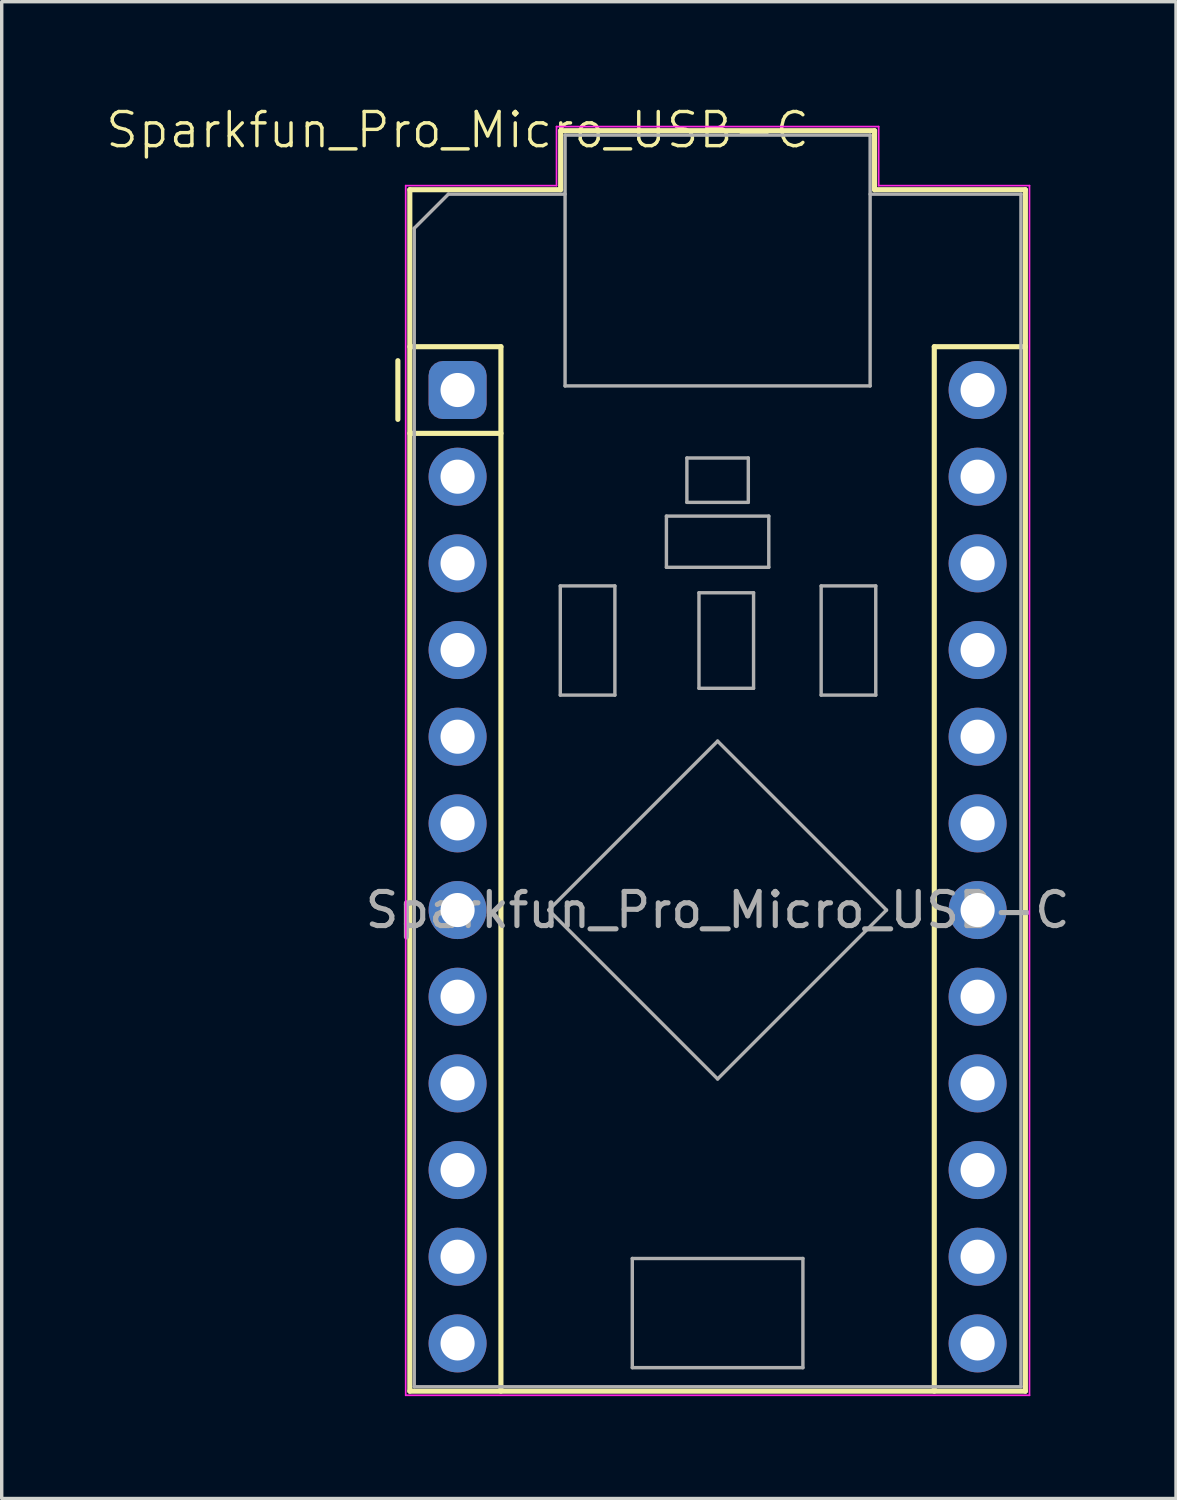
<source format=kicad_pcb>
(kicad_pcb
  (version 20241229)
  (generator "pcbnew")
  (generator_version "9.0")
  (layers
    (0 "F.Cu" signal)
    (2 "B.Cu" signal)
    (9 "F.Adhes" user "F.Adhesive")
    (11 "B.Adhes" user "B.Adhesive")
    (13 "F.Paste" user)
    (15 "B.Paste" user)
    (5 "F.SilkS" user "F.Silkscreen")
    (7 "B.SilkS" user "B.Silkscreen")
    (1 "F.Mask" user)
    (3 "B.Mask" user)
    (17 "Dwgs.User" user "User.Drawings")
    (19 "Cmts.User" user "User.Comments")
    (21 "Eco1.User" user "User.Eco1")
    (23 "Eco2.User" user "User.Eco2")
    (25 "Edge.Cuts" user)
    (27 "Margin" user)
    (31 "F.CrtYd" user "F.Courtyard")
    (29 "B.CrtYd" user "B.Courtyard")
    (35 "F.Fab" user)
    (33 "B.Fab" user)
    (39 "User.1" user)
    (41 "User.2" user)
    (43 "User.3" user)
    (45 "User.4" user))
  (footprint "Sparkfun_Pro_Micro_USB-C"
    (layer "F.Cu")
    (at 10.36 8.38)
    (property "Reference" "Sparkfun_Pro_Micro_USB-C" (at 0 -7.62 0) (unlocked yes) (layer "F.SilkS") (effects (font (size 1 1) (thickness 0.1))))
    (attr through_hole)
    (fp_line (start -1.75 -0.86) (end -1.75 0.86) (stroke (width 0.15) (type default)) (layer "F.SilkS"))
    (fp_line (start -1.4 -5.87) (end 3.02 -5.87) (stroke (width 0.15) (type default)) (layer "F.SilkS"))
    (fp_line (start -1.4 -1.27) (end 1.27 -1.27) (stroke (width 0.15) (type default)) (layer "F.SilkS"))
    (fp_line (start -1.4 29.34) (end -1.4 -5.87) (stroke (width 0.15) (type default)) (layer "F.SilkS"))
    (fp_line (start 1.27 -1.27) (end 1.27 29.34) (stroke (width 0.15) (type default)) (layer "F.SilkS"))
    (fp_line (start 1.27 1.27) (end -1.4 1.27) (stroke (width 0.15) (type default)) (layer "F.SilkS"))
    (fp_line (start 3.02 -7.6) (end 3.02 -5.87) (stroke (width 0.15) (type default)) (layer "F.SilkS"))
    (fp_line (start 3.02 -7.6) (end 12.22 -7.6) (stroke (width 0.15) (type default)) (layer "F.SilkS"))
    (fp_line (start 12.22 -7.6) (end 12.22 -5.87) (stroke (width 0.15) (type default)) (layer "F.SilkS"))
    (fp_line (start 12.22 -5.87) (end 16.64 -5.87) (stroke (width 0.15) (type default)) (layer "F.SilkS"))
    (fp_line (start 13.97 -1.27) (end 13.97 29.34) (stroke (width 0.15) (type default)) (layer "F.SilkS"))
    (fp_line (start 16.64 -5.87) (end 16.64 29.34) (stroke (width 0.15) (type default)) (layer "F.SilkS"))
    (fp_line (start 16.64 -1.27) (end 13.97 -1.27) (stroke (width 0.15) (type default)) (layer "F.SilkS"))
    (fp_line (start 16.64 29.34) (end -1.4 29.34) (stroke (width 0.15) (type default)) (layer "F.SilkS"))
    (fp_line (start -1.52 -5.99) (end -1.52 29.46) (stroke (width 0.05) (type default)) (layer "F.CrtYd"))
    (fp_line (start -1.52 -5.99) (end 2.9 -5.99) (stroke (width 0.05) (type default)) (layer "F.CrtYd"))
    (fp_line (start -1.52 29.46) (end 16.76 29.46) (stroke (width 0.05) (type default)) (layer "F.CrtYd"))
    (fp_line (start 2.9 -7.72) (end 12.34 -7.72) (stroke (width 0.05) (type default)) (layer "F.CrtYd"))
    (fp_line (start 2.9 -5.99) (end 2.9 -7.72) (stroke (width 0.05) (type default)) (layer "F.CrtYd"))
    (fp_line (start 12.34 -5.99) (end 12.34 -7.72) (stroke (width 0.05) (type default)) (layer "F.CrtYd"))
    (fp_line (start 16.76 -5.99) (end 12.34 -5.99) (stroke (width 0.05) (type default)) (layer "F.CrtYd"))
    (fp_line (start 16.76 29.46) (end 16.76 -5.99) (stroke (width 0.05) (type default)) (layer "F.CrtYd"))
    (fp_line (start -1.27 -4.74) (end -1.27 29.21) (stroke (width 0.1) (type default)) (layer "F.Fab"))
    (fp_line (start -0.27 -5.74) (end -1.27 -4.74) (stroke (width 0.1) (type default)) (layer "F.Fab"))
    (fp_line (start 2.67 15.24) (end 7.62 20.19) (stroke (width 0.1) (type default)) (layer "F.Fab"))
    (fp_line (start 3.01 5.741) (end 3.01 8.941) (stroke (width 0.1) (type default)) (layer "F.Fab"))
    (fp_line (start 3.01 8.941) (end 4.61 8.941) (stroke (width 0.1) (type default)) (layer "F.Fab"))
    (fp_line (start 3.15 -7.47) (end 12.09 -7.47) (stroke (width 0.1) (type default)) (layer "F.Fab"))
    (fp_line (start 3.15 -5.74) (end -0.27 -5.74) (stroke (width 0.1) (type default)) (layer "F.Fab"))
    (fp_line (start 3.15 -0.12) (end 3.15 -7.47) (stroke (width 0.1) (type default)) (layer "F.Fab"))
    (fp_line (start 4.61 5.741) (end 3.01 5.741) (stroke (width 0.1) (type default)) (layer "F.Fab"))
    (fp_line (start 4.61 8.941) (end 4.61 5.741) (stroke (width 0.1) (type default)) (layer "F.Fab"))
    (fp_line (start 5.12 25.451) (end 10.12 25.451) (stroke (width 0.1) (type default)) (layer "F.Fab"))
    (fp_line (start 5.12 28.651) (end 5.12 25.451) (stroke (width 0.1) (type default)) (layer "F.Fab"))
    (fp_line (start 6.12 3.695) (end 6.12 5.195) (stroke (width 0.1) (type default)) (layer "F.Fab"))
    (fp_line (start 6.12 5.195) (end 9.12 5.195) (stroke (width 0.1) (type default)) (layer "F.Fab"))
    (fp_line (start 6.72 1.992) (end 6.72 3.292) (stroke (width 0.1) (type default)) (layer "F.Fab"))
    (fp_line (start 6.72 3.292) (end 8.52 3.292) (stroke (width 0.1) (type default)) (layer "F.Fab"))
    (fp_line (start 7.074 5.941) (end 8.674 5.941) (stroke (width 0.1) (type default)) (layer "F.Fab"))
    (fp_line (start 7.074 8.741) (end 7.074 5.941) (stroke (width 0.1) (type default)) (layer "F.Fab"))
    (fp_line (start 7.62 10.29) (end 2.67 15.24) (stroke (width 0.1) (type default)) (layer "F.Fab"))
    (fp_line (start 7.62 20.19) (end 12.57 15.24) (stroke (width 0.1) (type default)) (layer "F.Fab"))
    (fp_line (start 8.52 1.992) (end 6.72 1.992) (stroke (width 0.1) (type default)) (layer "F.Fab"))
    (fp_line (start 8.52 3.292) (end 8.52 1.992) (stroke (width 0.1) (type default)) (layer "F.Fab"))
    (fp_line (start 8.674 5.941) (end 8.674 8.741) (stroke (width 0.1) (type default)) (layer "F.Fab"))
    (fp_line (start 8.674 8.741) (end 7.074 8.741) (stroke (width 0.1) (type default)) (layer "F.Fab"))
    (fp_line (start 9.12 3.695) (end 6.12 3.695) (stroke (width 0.1) (type default)) (layer "F.Fab"))
    (fp_line (start 9.12 5.195) (end 9.12 3.695) (stroke (width 0.1) (type default)) (layer "F.Fab"))
    (fp_line (start 10.12 25.451) (end 10.12 28.651) (stroke (width 0.1) (type default)) (layer "F.Fab"))
    (fp_line (start 10.12 28.651) (end 5.12 28.651) (stroke (width 0.1) (type default)) (layer "F.Fab"))
    (fp_line (start 10.655 5.741) (end 10.655 8.941) (stroke (width 0.1) (type default)) (layer "F.Fab"))
    (fp_line (start 10.655 8.941) (end 12.255 8.941) (stroke (width 0.1) (type default)) (layer "F.Fab"))
    (fp_line (start 12.09 -7.47) (end 12.09 -0.12) (stroke (width 0.1) (type default)) (layer "F.Fab"))
    (fp_line (start 12.09 -0.12) (end 3.15 -0.12) (stroke (width 0.1) (type default)) (layer "F.Fab"))
    (fp_line (start 12.255 5.741) (end 10.655 5.741) (stroke (width 0.1) (type default)) (layer "F.Fab"))
    (fp_line (start 12.255 8.941) (end 12.255 5.741) (stroke (width 0.1) (type default)) (layer "F.Fab"))
    (fp_line (start 12.57 15.24) (end 7.62 10.29) (stroke (width 0.1) (type default)) (layer "F.Fab"))
    (fp_line (start 16.51 -5.74) (end 12.09 -5.74) (stroke (width 0.1) (type default)) (layer "F.Fab"))
    (fp_line (start 16.51 29.21) (end -1.27 29.21) (stroke (width 0.1) (type default)) (layer "F.Fab"))
    (fp_line (start 16.51 29.21) (end 16.51 -5.74) (stroke (width 0.1) (type default)) (layer "F.Fab"))
    (fp_text user "${REFERENCE}" (at 7.62 15.24 0) (unlocked yes) (layer "F.Fab") (effects (font (size 1 1) (thickness 0.15))))
    (pad "1" thru_hole roundrect (at 0 0) (size 1.7 1.7) (drill 1) (layers "*.Cu" "*.Mask") (roundrect_rratio 0.25))
    (pad "2" thru_hole circle (at 0 2.54) (size 1.7 1.7) (drill 1) (layers "*.Cu" "*.Mask"))
    (pad "3" thru_hole circle (at 0 5.08) (size 1.7 1.7) (drill 1) (layers "*.Cu" "*.Mask"))
    (pad "4" thru_hole circle (at 0 7.62) (size 1.7 1.7) (drill 1) (layers "*.Cu" "*.Mask"))
    (pad "5" thru_hole circle (at 0 10.16) (size 1.7 1.7) (drill 1) (layers "*.Cu" "*.Mask"))
    (pad "6" thru_hole circle (at 0 12.7) (size 1.7 1.7) (drill 1) (layers "*.Cu" "*.Mask"))
    (pad "7" thru_hole circle (at 0 15.24) (size 1.7 1.7) (drill 1) (layers "*.Cu" "*.Mask"))
    (pad "8" thru_hole circle (at 0 17.78) (size 1.7 1.7) (drill 1) (layers "*.Cu" "*.Mask"))
    (pad "9" thru_hole circle (at 0 20.32) (size 1.7 1.7) (drill 1) (layers "*.Cu" "*.Mask"))
    (pad "10" thru_hole circle (at 0 22.86) (size 1.7 1.7) (drill 1) (layers "*.Cu" "*.Mask"))
    (pad "11" thru_hole circle (at 0 25.4) (size 1.7 1.7) (drill 1) (layers "*.Cu" "*.Mask"))
    (pad "12" thru_hole circle (at 0 27.94) (size 1.7 1.7) (drill 1) (layers "*.Cu" "*.Mask"))
    (pad "13" thru_hole circle (at 15.24 27.94) (size 1.7 1.7) (drill 1) (layers "*.Cu" "*.Mask"))
    (pad "14" thru_hole circle (at 15.24 25.4) (size 1.7 1.7) (drill 1) (layers "*.Cu" "*.Mask"))
    (pad "15" thru_hole circle (at 15.24 22.86) (size 1.7 1.7) (drill 1) (layers "*.Cu" "*.Mask"))
    (pad "16" thru_hole circle (at 15.24 20.32) (size 1.7 1.7) (drill 1) (layers "*.Cu" "*.Mask"))
    (pad "17" thru_hole circle (at 15.24 17.78) (size 1.7 1.7) (drill 1) (layers "*.Cu" "*.Mask"))
    (pad "18" thru_hole circle (at 15.24 15.24) (size 1.7 1.7) (drill 1) (layers "*.Cu" "*.Mask"))
    (pad "19" thru_hole circle (at 15.24 12.7) (size 1.7 1.7) (drill 1) (layers "*.Cu" "*.Mask"))
    (pad "20" thru_hole circle (at 15.24 10.16) (size 1.7 1.7) (drill 1) (layers "*.Cu" "*.Mask"))
    (pad "21" thru_hole circle (at 15.24 7.62) (size 1.7 1.7) (drill 1) (layers "*.Cu" "*.Mask"))
    (pad "22" thru_hole circle (at 15.24 5.08) (size 1.7 1.7) (drill 1) (layers "*.Cu" "*.Mask"))
    (pad "23" thru_hole circle (at 15.24 2.54) (size 1.7 1.7) (drill 1) (layers "*.Cu" "*.Mask"))
    (pad "24" thru_hole circle (at 15.24 0) (size 1.7 1.7) (drill 1) (layers "*.Cu" "*.Mask")))
  (gr_rect
    (start -3 -3)
    (end 31.414 40.865)
    (stroke (width 0.1) (type default))
    (fill no)
    (layer "Edge.Cuts")))
</source>
